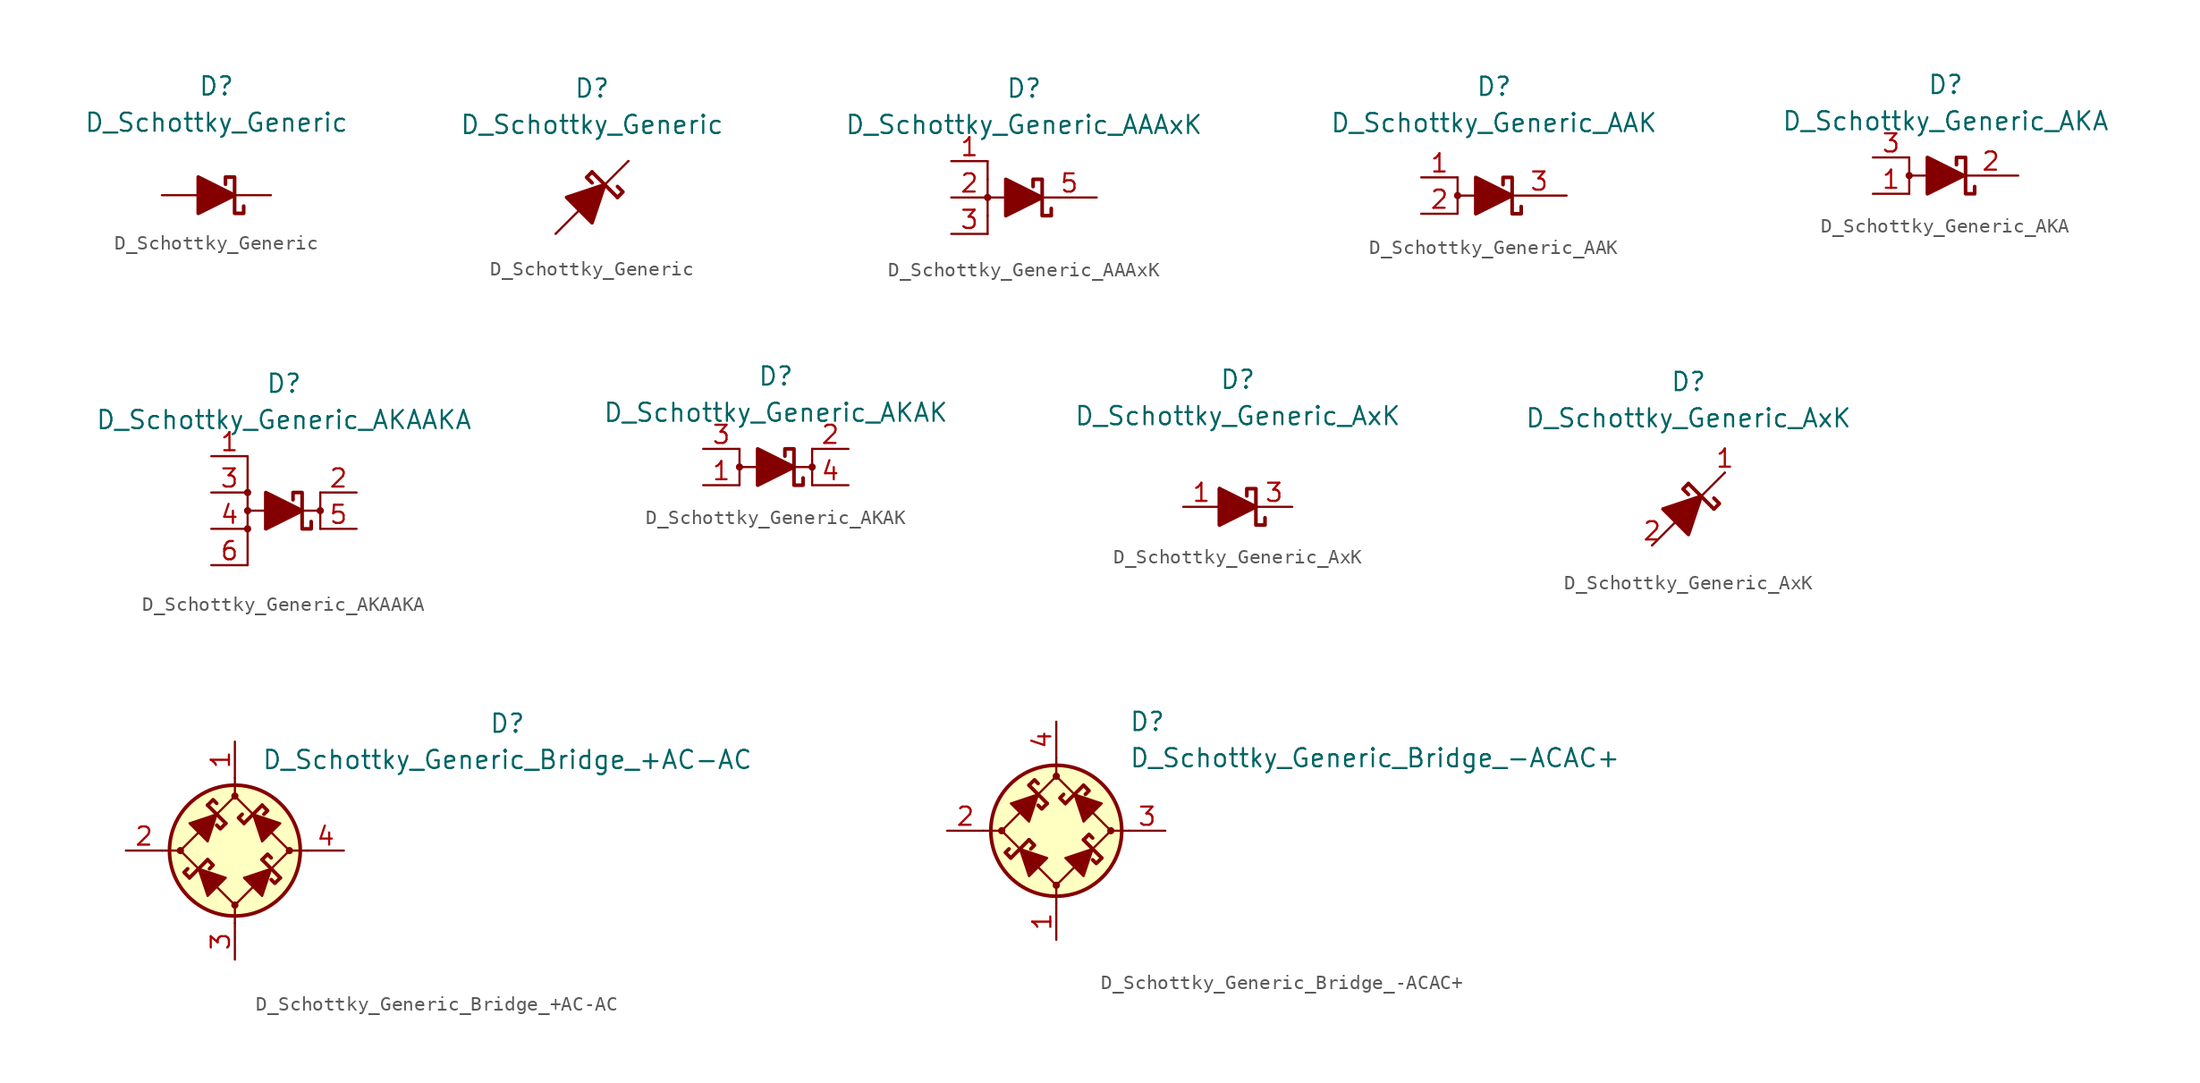
<source format=kicad_sym>
(kicad_symbol_lib
  (version 20231120)
  (generator "kicad_symbol_editor")
  (generator_version "8.0")
  (symbol "D_Schottky_Generic"
    (pin_numbers hide)
    (pin_names
      (offset 1.016) hide)
    (property "Reference" "D"
      (at 0 7.62 0)
      (effects (font (size 1.27 1.27))))
    (property "Value" "D_Schottky_Generic"
      (at 0 5.08 0)
      (effects (font (size 1.27 1.27))))
    (symbol "D_Schottky_Generic_0_1"
      (polyline (pts (xy -1.27 0) (xy 1.27 0)) (stroke (width 0) (type default)) (fill (type none)))
      (polyline (pts (xy -1.27 -1.27) (xy -1.27 1.27) (xy 1.27 0) (xy -1.27 -1.27)) (stroke (width 0.254) (type default)) (fill (type outline)))
      (polyline (pts (xy 1.905 -0.762) (xy 1.905 -1.27) (xy 1.27 -1.27) (xy 1.27 1.27) (xy 0.635 1.27) (xy 0.635 0.762)) (stroke (width 0.254) (type default)) (fill (type none))))
    (symbol "D_Schottky_Generic_0_2"
      (polyline (pts (xy -2.54 -2.54) (xy 2.54 2.54)) (stroke (width 0) (type default)) (fill (type none)))
      (polyline (pts (xy 0 1.778) (xy 1.778 0)) (stroke (width 0.254) (type default)) (fill (type none)))
      (polyline (pts (xy 0 1.778) (xy -0.381 1.397) (xy 0 1.016)) (stroke (width 0.254) (type default)) (fill (type none)))
      (polyline (pts (xy 1.778 0) (xy 2.159 0.381) (xy 1.778 0.762)) (stroke (width 0.254) (type default)) (fill (type none)))
      (polyline (pts (xy -0.889 -0.889) (xy -1.778 0) (xy 0.889 0.889) (xy 0 -1.778) (xy -0.889 -0.889)) (stroke (width 0.254) (type default)) (fill (type outline))))
    (symbol "D_Schottky_Generic_1_1"
      (pin passive line (at 3.81 0 180) (length 2.54) (name "K" (effects (font (size 1.27 1.27)))) (number "1" (effects (font (size 1.27 1.27)))))
      (pin passive line (at -3.81 0 0) (length 2.54) (name "A" (effects (font (size 1.27 1.27)))) (number "2" (effects (font (size 1.27 1.27))))))
    (symbol "D_Schottky_Generic_1_2"
      (pin passive line (at 2.54 2.54 180) (length 0) (name "K" (effects (font (size 1.27 1.27)))) (number "1" (effects (font (size 1.27 1.27)))))
      (pin passive line (at -2.54 -2.54 0) (length 0) (name "A" (effects (font (size 1.27 1.27)))) (number "2" (effects (font (size 1.27 1.27)))))))
  (symbol "D_Schottky_Generic_AAAxK"
    (pin_names
      (offset 1.016) hide)
    (property "Reference" "D"
      (at 0 7.62 0)
      (effects (font (size 1.27 1.27))))
    (property "Value" "D_Schottky_Generic_AAAxK"
      (at 0 5.08 0)
      (effects (font (size 1.27 1.27))))
    (symbol "D_Schottky_Generic_AAAxK_0_1"
      (circle (center -2.54 0) (radius 0.178) (stroke (width 0) (type default)) (fill (type outline)))
      (polyline (pts (xy -2.54 -2.54) (xy -2.54 -1.27)) (stroke (width 0) (type default)) (fill (type none)))
      (polyline (pts (xy -2.54 1.27) (xy -2.54 -1.27)) (stroke (width 0) (type default)) (fill (type none)))
      (polyline (pts (xy -2.54 1.27) (xy -2.54 2.54)) (stroke (width 0) (type default)) (fill (type none)))
      (polyline (pts (xy -1.27 0) (xy -2.54 0)) (stroke (width 0) (type default)) (fill (type none)))
      (polyline (pts (xy -1.27 0) (xy 1.27 0)) (stroke (width 0) (type default)) (fill (type none)))
      (polyline (pts (xy -1.27 -1.27) (xy -1.27 1.27) (xy 1.27 0) (xy -1.27 -1.27)) (stroke (width 0.254) (type default)) (fill (type outline))))
    (symbol "D_Schottky_Generic_AAAxK_1_1"
      (polyline (pts (xy 1.905 -0.762) (xy 1.905 -1.27) (xy 1.27 -1.27) (xy 1.27 1.27) (xy 0.635 1.27) (xy 0.635 0.762)) (stroke (width 0.254) (type default)) (fill (type none)))
      (pin passive line (at -5.08 2.54 0) (length 2.54) (name "A" (effects (font (size 1.27 1.27)))) (number "1" (effects (font (size 1.27 1.27)))))
      (pin passive line (at -5.08 0 0) (length 2.54) (name "A" (effects (font (size 1.27 1.27)))) (number "2" (effects (font (size 1.27 1.27)))))
      (pin passive line (at -5.08 -2.54 0) (length 2.54) (name "A" (effects (font (size 1.27 1.27)))) (number "3" (effects (font (size 1.27 1.27)))))
      (pin free line (at 0 0 0) (length 2.54) hide (name "NC" (effects (font (size 1.27 1.27)))) (number "4" (effects (font (size 1.27 1.27)))))
      (pin passive line (at 5.08 0 180) (length 3.835) (name "K" (effects (font (size 1.27 1.27)))) (number "5" (effects (font (size 1.27 1.27)))))))
  (symbol "D_Schottky_Generic_AAK"
    (pin_names
      (offset 1.016) hide)
    (property "Reference" "D"
      (at 0 7.62 0)
      (effects (font (size 1.27 1.27))))
    (property "Value" "D_Schottky_Generic_AAK"
      (at 0 5.08 0)
      (effects (font (size 1.27 1.27))))
    (symbol "D_Schottky_Generic_AAK_0_1"
      (circle (center -2.54 0) (radius 0.178) (stroke (width 0) (type default)) (fill (type outline)))
      (polyline (pts (xy -2.54 1.27) (xy -2.54 -1.27)) (stroke (width 0) (type default)) (fill (type none)))
      (polyline (pts (xy -1.27 0) (xy -2.54 0)) (stroke (width 0) (type default)) (fill (type none)))
      (polyline (pts (xy -1.27 0) (xy 1.27 0)) (stroke (width 0) (type default)) (fill (type none)))
      (polyline (pts (xy -1.27 -1.27) (xy -1.27 1.27) (xy 1.27 0) (xy -1.27 -1.27)) (stroke (width 0.254) (type default)) (fill (type outline))))
    (symbol "D_Schottky_Generic_AAK_1_1"
      (polyline (pts (xy 1.905 -0.762) (xy 1.905 -1.27) (xy 1.27 -1.27) (xy 1.27 1.27) (xy 0.635 1.27) (xy 0.635 0.762)) (stroke (width 0.254) (type default)) (fill (type none)))
      (pin passive line (at -5.08 1.27 0) (length 2.54) (name "A" (effects (font (size 1.27 1.27)))) (number "1" (effects (font (size 1.27 1.27)))))
      (pin passive line (at -5.08 -1.27 0) (length 2.54) (name "A" (effects (font (size 1.27 1.27)))) (number "2" (effects (font (size 1.27 1.27)))))
      (pin passive line (at 5.08 0 180) (length 3.835) (name "K" (effects (font (size 1.27 1.27)))) (number "3" (effects (font (size 1.27 1.27)))))))
  (symbol "D_Schottky_Generic_AKA"
    (pin_names
      (offset 1.016) hide)
    (property "Reference" "D"
      (at 0 6.35 0)
      (effects (font (size 1.27 1.27))))
    (property "Value" "D_Schottky_Generic_AKA"
      (at 0 3.81 0)
      (effects (font (size 1.27 1.27))))
    (symbol "D_Schottky_Generic_AKA_0_1"
      (circle (center -2.54 0) (radius 0.178) (stroke (width 0) (type default)) (fill (type outline)))
      (polyline (pts (xy -2.54 1.27) (xy -2.54 -1.27)) (stroke (width 0) (type default)) (fill (type none)))
      (polyline (pts (xy -1.27 0) (xy -2.54 0)) (stroke (width 0) (type default)) (fill (type none)))
      (polyline (pts (xy -1.27 0) (xy 1.27 0)) (stroke (width 0) (type default)) (fill (type none)))
      (polyline (pts (xy -1.27 -1.27) (xy -1.27 1.27) (xy 1.27 0) (xy -1.27 -1.27)) (stroke (width 0.254) (type default)) (fill (type outline))))
    (symbol "D_Schottky_Generic_AKA_1_1"
      (polyline (pts (xy 2.032 -0.762) (xy 2.032 -1.27) (xy 1.397 -1.27) (xy 1.397 1.27) (xy 0.762 1.27) (xy 0.762 0.762)) (stroke (width 0.254) (type default)) (fill (type none)))
      (pin passive line (at -5.08 -1.27 0) (length 2.54) (name "A" (effects (font (size 1.27 1.27)))) (number "1" (effects (font (size 1.27 1.27)))))
      (pin passive line (at 5.08 0 180) (length 3.835) (name "K" (effects (font (size 1.27 1.27)))) (number "2" (effects (font (size 1.27 1.27)))))
      (pin passive line (at -5.08 1.27 0) (length 2.54) (name "A" (effects (font (size 1.27 1.27)))) (number "3" (effects (font (size 1.27 1.27)))))))
  (symbol "D_Schottky_Generic_AKAAKA"
    (pin_names
      (offset 1.016) hide)
    (property "Reference" "D"
      (at 0 8.89 0)
      (effects (font (size 1.27 1.27))))
    (property "Value" "D_Schottky_Generic_AKAAKA"
      (at 0 6.35 0)
      (effects (font (size 1.27 1.27))))
    (symbol "D_Schottky_Generic_AKAAKA_0_1"
      (circle (center -2.54 0) (radius 0.178) (stroke (width 0) (type default)) (fill (type outline)))
      (polyline (pts (xy -2.54 -3.81) (xy -2.54 -1.27)) (stroke (width 0) (type default)) (fill (type none)))
      (polyline (pts (xy -2.54 1.27) (xy -2.54 -1.27)) (stroke (width 0) (type default)) (fill (type none)))
      (polyline (pts (xy -2.54 1.27) (xy -2.54 3.81)) (stroke (width 0) (type default)) (fill (type none)))
      (polyline (pts (xy -1.27 0) (xy -2.54 0)) (stroke (width 0) (type default)) (fill (type none)))
      (polyline (pts (xy -1.27 0) (xy 1.27 0)) (stroke (width 0) (type default)) (fill (type none)))
      (polyline (pts (xy -1.27 -1.27) (xy -1.27 1.27) (xy 1.27 0) (xy -1.27 -1.27)) (stroke (width 0.254) (type default)) (fill (type outline))))
    (symbol "D_Schottky_Generic_AKAAKA_1_1"
      (circle (center -2.54 -1.27) (radius 0.178) (stroke (width 0) (type default)) (fill (type outline)))
      (circle (center -2.54 1.27) (radius 0.178) (stroke (width 0) (type default)) (fill (type outline)))
      (polyline (pts (xy 1.27 0) (xy 2.54 0)) (stroke (width 0) (type default)) (fill (type none)))
      (polyline (pts (xy 2.54 -1.27) (xy 2.54 1.27)) (stroke (width 0) (type default)) (fill (type none)))
      (polyline (pts (xy 1.905 -0.762) (xy 1.905 -1.27) (xy 1.27 -1.27) (xy 1.27 1.27) (xy 0.635 1.27) (xy 0.635 0.762)) (stroke (width 0.254) (type default)) (fill (type none)))
      (circle (center 2.54 0) (radius 0.178) (stroke (width 0) (type default)) (fill (type outline)))
      (pin passive line (at -5.08 3.81 0) (length 2.54) (name "A" (effects (font (size 1.27 1.27)))) (number "1" (effects (font (size 1.27 1.27)))))
      (pin passive line (at 5.08 1.27 180) (length 2.54) (name "K" (effects (font (size 1.27 1.27)))) (number "2" (effects (font (size 1.27 1.27)))))
      (pin passive line (at -5.08 1.27 0) (length 2.54) (name "A" (effects (font (size 1.27 1.27)))) (number "3" (effects (font (size 1.27 1.27)))))
      (pin passive line (at -5.08 -1.27 0) (length 2.54) (name "A" (effects (font (size 1.27 1.27)))) (number "4" (effects (font (size 1.27 1.27)))))
      (pin passive line (at 5.08 -1.27 180) (length 2.54) (name "K" (effects (font (size 1.27 1.27)))) (number "5" (effects (font (size 1.27 1.27)))))
      (pin passive line (at -5.08 -3.81 0) (length 2.54) (name "A" (effects (font (size 1.27 1.27)))) (number "6" (effects (font (size 1.27 1.27)))))))
  (symbol "D_Schottky_Generic_AKAK"
    (pin_names
      (offset 1.016) hide)
    (property "Reference" "D"
      (at 0 6.35 0)
      (effects (font (size 1.27 1.27))))
    (property "Value" "D_Schottky_Generic_AKAK"
      (at 0 3.81 0)
      (effects (font (size 1.27 1.27))))
    (symbol "D_Schottky_Generic_AKAK_0_1"
      (circle (center -2.54 0) (radius 0.178) (stroke (width 0) (type default)) (fill (type outline)))
      (polyline (pts (xy -2.54 1.27) (xy -2.54 -1.27)) (stroke (width 0) (type default)) (fill (type none)))
      (polyline (pts (xy -1.27 0) (xy -2.54 0)) (stroke (width 0) (type default)) (fill (type none)))
      (polyline (pts (xy -1.27 0) (xy 1.27 0)) (stroke (width 0) (type default)) (fill (type none)))
      (polyline (pts (xy -1.27 -1.27) (xy -1.27 1.27) (xy 1.27 0) (xy -1.27 -1.27)) (stroke (width 0.254) (type default)) (fill (type outline))))
    (symbol "D_Schottky_Generic_AKAK_1_1"
      (polyline (pts (xy 1.27 0) (xy 2.54 0)) (stroke (width 0) (type default)) (fill (type none)))
      (polyline (pts (xy 2.54 -1.27) (xy 2.54 1.27)) (stroke (width 0) (type default)) (fill (type none)))
      (polyline (pts (xy 1.905 -0.762) (xy 1.905 -1.27) (xy 1.27 -1.27) (xy 1.27 1.27) (xy 0.635 1.27) (xy 0.635 0.762)) (stroke (width 0.254) (type default)) (fill (type none)))
      (circle (center 2.54 0) (radius 0.178) (stroke (width 0) (type default)) (fill (type outline)))
      (pin passive line (at -5.08 -1.27 0) (length 2.54) (name "A" (effects (font (size 1.27 1.27)))) (number "1" (effects (font (size 1.27 1.27)))))
      (pin passive line (at 5.08 1.27 180) (length 2.54) (name "K" (effects (font (size 1.27 1.27)))) (number "2" (effects (font (size 1.27 1.27)))))
      (pin passive line (at -5.08 1.27 0) (length 2.54) (name "A" (effects (font (size 1.27 1.27)))) (number "3" (effects (font (size 1.27 1.27)))))
      (pin passive line (at 5.08 -1.27 180) (length 2.54) (name "K" (effects (font (size 1.27 1.27)))) (number "4" (effects (font (size 1.27 1.27)))))))
  (symbol "D_Schottky_Generic_AxK"
    (pin_names
      (offset 1.016) hide)
    (property "Reference" "D"
      (at 0 8.89 0)
      (effects (font (size 1.27 1.27))))
    (property "Value" "D_Schottky_Generic_AxK"
      (at 0 6.35 0)
      (effects (font (size 1.27 1.27))))
    (symbol "D_Schottky_Generic_AxK_0_1"
      (polyline (pts (xy -1.27 0) (xy 1.27 0)) (stroke (width 0) (type default)) (fill (type none)))
      (polyline (pts (xy -1.27 1.27) (xy -1.27 -1.27)) (stroke (width 0.254) (type default)) (fill (type none)))
      (polyline (pts (xy -1.27 -1.27) (xy -1.27 1.27) (xy 1.27 0) (xy -1.27 -1.27)) (stroke (width 0.254) (type default)) (fill (type outline))))
    (symbol "D_Schottky_Generic_AxK_0_2"
      (polyline (pts (xy -2.54 -2.54) (xy 2.54 2.54)) (stroke (width 0) (type default)) (fill (type none)))
      (polyline (pts (xy 0 1.778) (xy 1.778 0)) (stroke (width 0.254) (type default)) (fill (type none)))
      (polyline (pts (xy 0 1.778) (xy -0.381 1.397) (xy 0 1.016)) (stroke (width 0.254) (type default)) (fill (type none)))
      (polyline (pts (xy 1.778 0) (xy 2.159 0.381) (xy 1.778 0.762)) (stroke (width 0.254) (type default)) (fill (type none)))
      (polyline (pts (xy -0.889 -0.889) (xy -1.778 0) (xy 0.889 0.889) (xy 0 -1.778) (xy -0.889 -0.889)) (stroke (width 0.254) (type default)) (fill (type outline))))
    (symbol "D_Schottky_Generic_AxK_1_1"
      (polyline (pts (xy 0.635 0.762) (xy 0.635 1.27) (xy 1.27 1.27) (xy 1.27 -1.27) (xy 1.905 -1.27) (xy 1.905 -0.762)) (stroke (width 0.254) (type default)) (fill (type none)))
      (pin passive line (at -3.81 0 0) (length 2.54) (name "A" (effects (font (size 1.27 1.27)))) (number "1" (effects (font (size 1.27 1.27)))))
      (pin free line (at 0 0 0) (length 2.54) hide (name "NC" (effects (font (size 1.27 1.27)))) (number "2" (effects (font (size 1.27 1.27)))))
      (pin passive line (at 3.81 0 180) (length 2.54) (name "K" (effects (font (size 1.27 1.27)))) (number "3" (effects (font (size 1.27 1.27))))))
    (symbol "D_Schottky_Generic_AxK_1_2"
      (pin passive line (at 2.54 2.54 180) (length 0) (name "K" (effects (font (size 1.27 1.27)))) (number "1" (effects (font (size 1.27 1.27)))))
      (pin passive line (at -2.54 -2.54 0) (length 0) (name "A" (effects (font (size 1.27 1.27)))) (number "2" (effects (font (size 1.27 1.27)))))
      (pin free line (at 0 0 0) (length 2.54) hide (name "NC" (effects (font (size 1.27 1.27)))) (number "2" (effects (font (size 1.27 1.27)))))))
  (symbol "D_Schottky_Generic_Bridge_+AC-AC"
    (pin_names
      (offset 1.016) hide)
    (property "Reference" "D"
      (at 19.05 8.89 0)
      (effects (font (size 1.27 1.27))))
    (property "Value" "D_Schottky_Generic_Bridge_+AC-AC"
      (at 19.05 6.35 0)
      (effects (font (size 1.27 1.27))))
    (symbol "D_Schottky_Generic_Bridge_+AC-AC_0_1"
      (circle (center -3.81 0) (radius 0.178) (stroke (width 0) (type default)) (fill (type outline)))
      (polyline (pts (xy -5.08 0) (xy -3.81 0)) (stroke (width 0) (type default)) (fill (type none)))
      (polyline (pts (xy -1.905 -0.635) (xy -3.175 -1.905)) (stroke (width 0.254) (type default)) (fill (type none)))
      (polyline (pts (xy -1.905 3.175) (xy -0.635 1.905)) (stroke (width 0.254) (type default)) (fill (type none)))
      (polyline (pts (xy 0 -5.08) (xy 0 -3.81)) (stroke (width 0) (type default)) (fill (type none)))
      (polyline (pts (xy 0 5.08) (xy 0 3.81)) (stroke (width 0) (type default)) (fill (type none)))
      (polyline (pts (xy 0.635 1.905) (xy 1.905 3.175)) (stroke (width 0.254) (type default)) (fill (type none)))
      (polyline (pts (xy 3.175 -1.905) (xy 1.905 -0.635)) (stroke (width 0.254) (type default)) (fill (type none)))
      (polyline (pts (xy 5.08 0) (xy 3.81 0)) (stroke (width 0) (type default)) (fill (type none)))
      (polyline (pts (xy -2.54 -1.27) (xy -1.905 -3.175) (xy -0.635 -1.905) (xy -2.54 -1.27)) (stroke (width 0) (type default)) (fill (type outline)))
      (polyline (pts (xy -1.27 2.54) (xy -1.905 0.635) (xy -3.175 1.905) (xy -1.27 2.54)) (stroke (width 0) (type default)) (fill (type outline)))
      (polyline (pts (xy 1.27 2.54) (xy 3.175 1.905) (xy 1.905 0.635) (xy 1.27 2.54)) (stroke (width 0) (type default)) (fill (type outline)))
      (polyline (pts (xy 2.54 -1.27) (xy 0.635 -1.905) (xy 1.905 -3.175) (xy 2.54 -1.27)) (stroke (width 0) (type default)) (fill (type outline)))
      (polyline (pts (xy 0 3.81) (xy -3.81 0) (xy 0 -3.81) (xy 3.81 0) (xy 0 3.81)) (stroke (width 0) (type default)) (fill (type none)))
      (circle (center 0 0) (radius 4.572) (stroke (width 0.254) (type default)) (fill (type background))))
    (symbol "D_Schottky_Generic_Bridge_+AC-AC_1_1"
      (circle (center 0 -3.81) (radius 0.178) (stroke (width 0) (type default)) (fill (type outline)))
      (polyline (pts (xy -3.175 -1.905) (xy -3.556 -1.524) (xy -3.302 -1.27)) (stroke (width 0.254) (type default)) (fill (type none)))
      (polyline (pts (xy -1.905 -0.635) (xy -1.524 -1.016) (xy -1.778 -1.27)) (stroke (width 0.254) (type default)) (fill (type none)))
      (polyline (pts (xy -1.905 3.175) (xy -1.524 3.556) (xy -1.27 3.302)) (stroke (width 0.254) (type default)) (fill (type none)))
      (polyline (pts (xy -0.635 1.905) (xy -1.016 1.524) (xy -1.27 1.778)) (stroke (width 0.254) (type default)) (fill (type none)))
      (polyline (pts (xy 0.635 1.905) (xy 0.254 2.286) (xy 0.508 2.54)) (stroke (width 0.254) (type default)) (fill (type none)))
      (polyline (pts (xy 1.905 -0.635) (xy 2.286 -0.254) (xy 2.54 -0.508)) (stroke (width 0.254) (type default)) (fill (type none)))
      (polyline (pts (xy 1.905 3.175) (xy 2.286 2.794) (xy 2.032 2.54)) (stroke (width 0.254) (type default)) (fill (type none)))
      (polyline (pts (xy 3.175 -1.905) (xy 2.794 -2.286) (xy 2.54 -2.032)) (stroke (width 0.254) (type default)) (fill (type none)))
      (circle (center 0 3.81) (radius 0.178) (stroke (width 0) (type default)) (fill (type outline)))
      (circle (center 3.81 0) (radius 0.178) (stroke (width 0) (type default)) (fill (type outline)))
      (pin passive line (at 0 7.62 270) (length 2.54) (name "+" (effects (font (size 1.27 1.27)))) (number "1" (effects (font (size 1.27 1.27)))))
      (pin passive line (at -7.62 0 0) (length 2.54) (name "1" (effects (font (size 1.27 1.27)))) (number "2" (effects (font (size 1.27 1.27)))))
      (pin passive line (at 0 -7.62 90) (length 2.54) (name "-" (effects (font (size 1.27 1.27)))) (number "3" (effects (font (size 1.27 1.27)))))
      (pin passive line (at 7.62 0 180) (length 2.54) (name "2" (effects (font (size 1.27 1.27)))) (number "4" (effects (font (size 1.27 1.27)))))))
  (symbol "D_Schottky_Generic_Bridge_-ACAC+"
    (pin_names
      (offset 1.016) hide)
    (property "Reference" "D"
      (at 5.08 7.62 0)
      (effects (font (size 1.27 1.27)) (justify left)))
    (property "Value" "D_Schottky_Generic_Bridge_-ACAC+"
      (at 5.08 5.08 0)
      (effects (font (size 1.27 1.27)) (justify left)))
    (symbol "D_Schottky_Generic_Bridge_-ACAC+_0_1"
      (circle (center -3.81 0) (radius 0.178) (stroke (width 0) (type default)) (fill (type outline)))
      (polyline (pts (xy -5.08 0) (xy -3.81 0)) (stroke (width 0) (type default)) (fill (type none)))
      (polyline (pts (xy -1.905 -0.635) (xy -3.175 -1.905)) (stroke (width 0.254) (type default)) (fill (type none)))
      (polyline (pts (xy -1.905 3.175) (xy -0.635 1.905)) (stroke (width 0.254) (type default)) (fill (type none)))
      (polyline (pts (xy 0 -5.08) (xy 0 -3.81)) (stroke (width 0) (type default)) (fill (type none)))
      (polyline (pts (xy 0 5.08) (xy 0 3.81)) (stroke (width 0) (type default)) (fill (type none)))
      (polyline (pts (xy 0.635 1.905) (xy 1.905 3.175)) (stroke (width 0.254) (type default)) (fill (type none)))
      (polyline (pts (xy 3.175 -1.905) (xy 1.905 -0.635)) (stroke (width 0.254) (type default)) (fill (type none)))
      (polyline (pts (xy 5.08 0) (xy 3.81 0)) (stroke (width 0) (type default)) (fill (type none)))
      (polyline (pts (xy -2.54 -1.27) (xy -1.905 -3.175) (xy -0.635 -1.905) (xy -2.54 -1.27)) (stroke (width 0) (type default)) (fill (type outline)))
      (polyline (pts (xy -1.27 2.54) (xy -1.905 0.635) (xy -3.175 1.905) (xy -1.27 2.54)) (stroke (width 0) (type default)) (fill (type outline)))
      (polyline (pts (xy 1.27 2.54) (xy 3.175 1.905) (xy 1.905 0.635) (xy 1.27 2.54)) (stroke (width 0) (type default)) (fill (type outline)))
      (polyline (pts (xy 2.54 -1.27) (xy 0.635 -1.905) (xy 1.905 -3.175) (xy 2.54 -1.27)) (stroke (width 0) (type default)) (fill (type outline)))
      (polyline (pts (xy 0 3.81) (xy -3.81 0) (xy 0 -3.81) (xy 3.81 0) (xy 0 3.81)) (stroke (width 0) (type default)) (fill (type none)))
      (circle (center 0 0) (radius 4.572) (stroke (width 0.254) (type default)) (fill (type background))))
    (symbol "D_Schottky_Generic_Bridge_-ACAC+_1_1"
      (circle (center 0 -3.81) (radius 0.178) (stroke (width 0) (type default)) (fill (type outline)))
      (polyline (pts (xy -3.175 -1.905) (xy -3.556 -1.524) (xy -3.302 -1.27)) (stroke (width 0.254) (type default)) (fill (type none)))
      (polyline (pts (xy -1.905 -0.635) (xy -1.524 -1.016) (xy -1.778 -1.27)) (stroke (width 0.254) (type default)) (fill (type none)))
      (polyline (pts (xy -1.905 3.175) (xy -1.524 3.556) (xy -1.27 3.302)) (stroke (width 0.254) (type default)) (fill (type none)))
      (polyline (pts (xy -0.635 1.905) (xy -1.016 1.524) (xy -1.27 1.778)) (stroke (width 0.254) (type default)) (fill (type none)))
      (polyline (pts (xy 0.635 1.905) (xy 0.254 2.286) (xy 0.508 2.54)) (stroke (width 0.254) (type default)) (fill (type none)))
      (polyline (pts (xy 1.905 -0.635) (xy 2.286 -0.254) (xy 2.54 -0.508)) (stroke (width 0.254) (type default)) (fill (type none)))
      (polyline (pts (xy 1.905 3.175) (xy 2.286 2.794) (xy 2.032 2.54)) (stroke (width 0.254) (type default)) (fill (type none)))
      (polyline (pts (xy 3.175 -1.905) (xy 2.794 -2.286) (xy 2.54 -2.032)) (stroke (width 0.254) (type default)) (fill (type none)))
      (circle (center 0 3.81) (radius 0.178) (stroke (width 0) (type default)) (fill (type outline)))
      (circle (center 3.81 0) (radius 0.178) (stroke (width 0) (type default)) (fill (type outline)))
      (pin passive line (at 0 -7.62 90) (length 2.54) (name "-" (effects (font (size 1.27 1.27)))) (number "1" (effects (font (size 1.27 1.27)))))
      (pin passive line (at -7.62 0 0) (length 2.54) (name "1" (effects (font (size 1.27 1.27)))) (number "2" (effects (font (size 1.27 1.27)))))
      (pin passive line (at 7.62 0 180) (length 2.54) (name "2" (effects (font (size 1.27 1.27)))) (number "3" (effects (font (size 1.27 1.27)))))
      (pin passive line (at 0 7.62 270) (length 2.54) (name "+" (effects (font (size 1.27 1.27)))) (number "4" (effects (font (size 1.27 1.27))))))))
</source>
